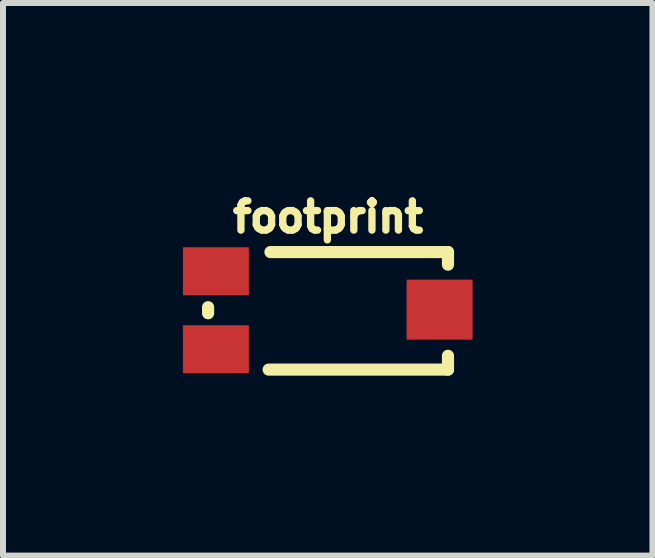
<source format=kicad_pcb>
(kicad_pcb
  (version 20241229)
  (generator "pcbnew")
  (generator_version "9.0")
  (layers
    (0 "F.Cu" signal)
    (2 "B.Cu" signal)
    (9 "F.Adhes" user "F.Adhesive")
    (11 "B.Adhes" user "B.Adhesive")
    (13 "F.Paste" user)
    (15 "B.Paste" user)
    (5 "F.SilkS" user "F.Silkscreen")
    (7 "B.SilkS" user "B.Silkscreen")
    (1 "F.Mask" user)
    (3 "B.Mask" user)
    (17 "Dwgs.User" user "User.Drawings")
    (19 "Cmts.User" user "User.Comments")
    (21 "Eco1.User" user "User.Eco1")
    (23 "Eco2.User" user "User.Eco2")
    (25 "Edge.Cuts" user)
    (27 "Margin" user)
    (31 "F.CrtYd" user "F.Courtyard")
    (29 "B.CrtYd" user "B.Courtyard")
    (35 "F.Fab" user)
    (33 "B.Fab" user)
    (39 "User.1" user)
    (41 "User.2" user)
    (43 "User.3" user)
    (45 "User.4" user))
  (footprint "footprint"
    (layer "F.Cu")
    (at 2.42 2.123)
    (property "Reference" "footprint" (at 0 -1.27 0) (layer "F.SilkS") (effects (font (size 0.488 0.488) (thickness 0.122)) (justify bottom)))
    (fp_line (start -2 0.05) (end -2 -0.05) (stroke (width 0.203) (type solid)) (layer "F.SilkS"))
    (fp_line (start 2 -0.97) (end -0.96 -0.97) (stroke (width 0.203) (type solid)) (layer "F.SilkS"))
    (fp_line (start 2 -0.76) (end 2 -0.97) (stroke (width 0.203) (type solid)) (layer "F.SilkS"))
    (fp_line (start 2 0.76) (end 2 0.99) (stroke (width 0.203) (type solid)) (layer "F.SilkS"))
    (fp_line (start 2 0.99) (end -0.99 0.99) (stroke (width 0.203) (type solid)) (layer "F.SilkS"))
    (pad "BASE" smd rect (at -1.87 0.65) (size 1.1 0.8) (layers "F.Cu" "F.Mask" "F.Paste"))
    (pad "COLLECTOR" smd rect (at 1.86 -0.01) (size 1.1 1) (layers "F.Cu" "F.Mask" "F.Paste"))
    (pad "EMITTER" smd rect (at -1.87 -0.65) (size 1.1 0.8) (layers "F.Cu" "F.Mask" "F.Paste")))
  (gr_rect
    (start -3 -3)
    (end 7.83 6.215)
    (stroke (width 0.1) (type default))
    (fill no)
    (layer "Edge.Cuts")))
</source>
